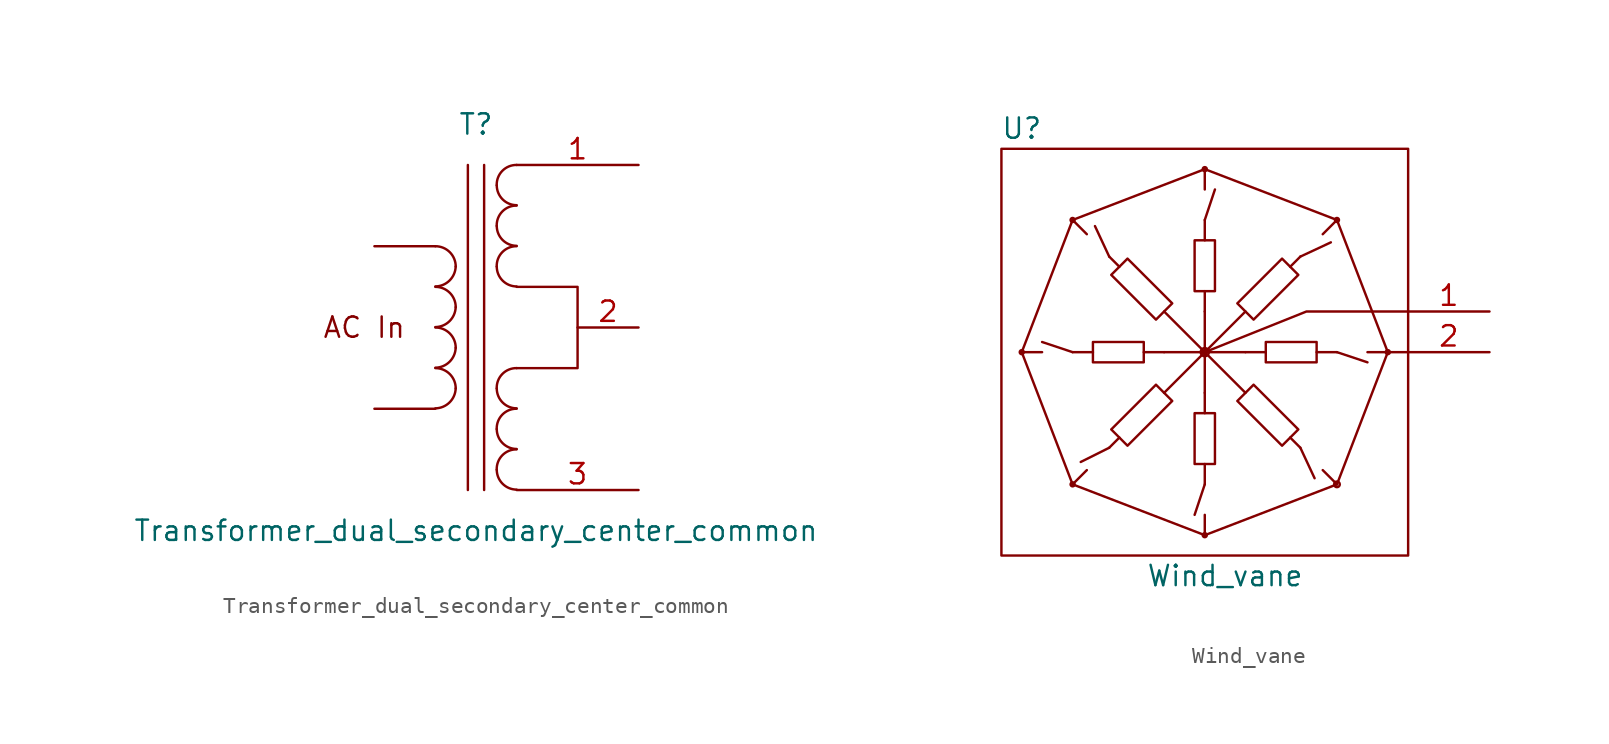
<source format=kicad_sym>
(kicad_symbol_lib
  (version 20211014)
  (generator kicad_symbol_editor)
  (symbol "Transformer_dual_secondary_center_common"
    (pin_names
      (offset 1.016) hide)
    (property "Reference" "T"
      (at 0 12.7 0)
      (effects (font (size 1.27 1.27))))
    (property "Value" "Transformer_dual_secondary_center_common"
      (at 0 -12.7 0)
      (effects (font (size 1.27 1.27))))
    (symbol "Transformer_dual_secondary_center_common_0_0"
      (polyline (pts (xy -6.35 -5.08) (xy -2.54 -5.08)) (stroke (width 0) (type default) (color 0 0 0 0)) (fill (type none)))
      (polyline (pts (xy -2.54 5.08) (xy -6.35 5.08)) (stroke (width 0) (type default) (color 0 0 0 0)) (fill (type none)))
      (polyline (pts (xy 2.54 -2.54) (xy 6.35 -2.54) (xy 6.35 2.54) (xy 2.54 2.54)) (stroke (width 0) (type default) (color 0 0 0 0)) (fill (type none)))
      (text "AC In" (at -6.985 0 0) (effects (font (size 1.27 1.27)))))
    (symbol "Transformer_dual_secondary_center_common_0_1"
      (arc (start -2.54 -5.0546) (mid -1.6561 -4.6863) (end -1.27 -3.81) (stroke (width 0) (type default) (color 0 0 0 0)) (fill (type none)))
      (arc (start -2.54 -2.5146) (mid -1.6561 -2.1463) (end -1.27 -1.27) (stroke (width 0) (type default) (color 0 0 0 0)) (fill (type none)))
      (arc (start -2.54 0.0254) (mid -1.6561 0.3937) (end -1.27 1.27) (stroke (width 0) (type default) (color 0 0 0 0)) (fill (type none)))
      (arc (start -2.54 2.5654) (mid -1.6561 2.9337) (end -1.27 3.81) (stroke (width 0) (type default) (color 0 0 0 0)) (fill (type none)))
      (arc (start -1.27 -3.81) (mid -1.642 -2.912) (end -2.54 -2.54) (stroke (width 0) (type default) (color 0 0 0 0)) (fill (type none)))
      (arc (start -1.27 -1.27) (mid -1.642 -0.372) (end -2.54 0) (stroke (width 0) (type default) (color 0 0 0 0)) (fill (type none)))
      (arc (start -1.27 1.27) (mid -1.642 2.168) (end -2.54 2.54) (stroke (width 0) (type default) (color 0 0 0 0)) (fill (type none)))
      (arc (start -1.27 3.81) (mid -1.642 4.708) (end -2.54 5.08) (stroke (width 0) (type default) (color 0 0 0 0)) (fill (type none)))
      (polyline (pts (xy -0.508 -10.16) (xy -0.508 10.16)) (stroke (width 0) (type default) (color 0 0 0 0)) (fill (type none)))
      (polyline (pts (xy 0.508 10.16) (xy 0.508 -10.16)) (stroke (width 0) (type default) (color 0 0 0 0)) (fill (type none)))
      (arc (start 1.2954 -8.89) (mid 1.6599 -9.7701) (end 2.54 -10.1346) (stroke (width 0) (type default) (color 0 0 0 0)) (fill (type none)))
      (arc (start 1.2954 -6.35) (mid 1.6599 -7.2301) (end 2.54 -7.5946) (stroke (width 0) (type default) (color 0 0 0 0)) (fill (type none)))
      (arc (start 1.2954 -3.81) (mid 1.6599 -4.6901) (end 2.54 -5.0546) (stroke (width 0) (type default) (color 0 0 0 0)) (fill (type none)))
      (arc (start 1.2954 3.81) (mid 1.6599 2.9299) (end 2.54 2.5654) (stroke (width 0) (type default) (color 0 0 0 0)) (fill (type none)))
      (arc (start 1.2954 6.35) (mid 1.6599 5.4699) (end 2.54 5.1054) (stroke (width 0) (type default) (color 0 0 0 0)) (fill (type none)))
      (arc (start 1.2954 8.89) (mid 1.6599 8.0099) (end 2.54 7.6454) (stroke (width 0) (type default) (color 0 0 0 0)) (fill (type none)))
      (arc (start 2.54 -7.62) (mid 1.6456 -7.9883) (end 1.2954 -8.89) (stroke (width 0) (type default) (color 0 0 0 0)) (fill (type none)))
      (arc (start 2.54 -5.08) (mid 1.6456 -5.4483) (end 1.2954 -6.35) (stroke (width 0) (type default) (color 0 0 0 0)) (fill (type none)))
      (arc (start 2.54 -2.54) (mid 1.6456 -2.9083) (end 1.2954 -3.81) (stroke (width 0) (type default) (color 0 0 0 0)) (fill (type none)))
      (arc (start 2.54 5.08) (mid 1.6456 4.7117) (end 1.2954 3.81) (stroke (width 0) (type default) (color 0 0 0 0)) (fill (type none)))
      (arc (start 2.54 7.62) (mid 1.6456 7.2517) (end 1.2954 6.35) (stroke (width 0) (type default) (color 0 0 0 0)) (fill (type none)))
      (arc (start 2.54 10.16) (mid 1.6456 9.7917) (end 1.2954 8.89) (stroke (width 0) (type default) (color 0 0 0 0)) (fill (type none))))
    (symbol "Transformer_dual_secondary_center_common_1_1"
      (pin passive line (at 10.16 10.16 180) (length 7.62) (name "SA" (effects (font (size 1.27 1.27)))) (number "1" (effects (font (size 1.27 1.27)))))
      (pin passive line (at 10.16 0 180) (length 3.81) (name "Center" (effects (font (size 1.27 1.27)))) (number "2" (effects (font (size 1.27 1.27)))))
      (pin passive line (at 10.16 -10.16 180) (length 7.62) (name "SD" (effects (font (size 1.27 1.27)))) (number "3" (effects (font (size 1.27 1.27)))))))
  (symbol "Wind_vane"
    (pin_names
      (offset 1.016) hide)
    (property "Reference" "U"
      (at -11.43 13.97 0)
      (effects (font (size 1.27 1.27))))
    (property "Value" "Wind_vane"
      (at 1.27 -13.97 0)
      (effects (font (size 1.27 1.27))))
    (symbol "Wind_vane_0_1"
      (rectangle (start -12.7 12.7) (end 12.7 -12.7) (stroke (width 0) (type default) (color 0 0 0 0)) (fill (type none)))
      (circle (center -11.43 0) (radius 0.127) (stroke (width 0) (type default) (color 0 0 0 0)) (fill (type none)))
      (circle (center -8.255 -8.255) (radius 0.127) (stroke (width 0) (type default) (color 0 0 0 0)) (fill (type none)))
      (circle (center -8.255 8.255) (radius 0.127) (stroke (width 0) (type default) (color 0 0 0 0)) (fill (type none)))
      (circle (center 0 -11.43) (radius 0.127) (stroke (width 0) (type default) (color 0 0 0 0)) (fill (type none)))
      (polyline (pts (xy -11.43 0) (xy -8.255 8.255)) (stroke (width 0) (type default) (color 0 0 0 0)) (fill (type none)))
      (polyline (pts (xy -10.16 0) (xy -11.43 0)) (stroke (width 0) (type default) (color 0 0 0 0)) (fill (type none)))
      (polyline (pts (xy -8.255 -8.255) (xy -11.43 0)) (stroke (width 0) (type default) (color 0 0 0 0)) (fill (type none)))
      (polyline (pts (xy -8.255 -8.255) (xy -7.366 -7.366)) (stroke (width 0) (type default) (color 0 0 0 0)) (fill (type none)))
      (polyline (pts (xy -8.255 0) (xy -10.16 0.635)) (stroke (width 0) (type default) (color 0 0 0 0)) (fill (type none)))
      (polyline (pts (xy -8.255 8.255) (xy -7.366 7.366)) (stroke (width 0) (type default) (color 0 0 0 0)) (fill (type none)))
      (polyline (pts (xy -8.255 8.255) (xy 0 11.43)) (stroke (width 0) (type default) (color 0 0 0 0)) (fill (type none)))
      (polyline (pts (xy -6.985 0) (xy -8.255 0)) (stroke (width 0) (type default) (color 0 0 0 0)) (fill (type none)))
      (polyline (pts (xy -5.969 -5.969) (xy -7.747 -6.858)) (stroke (width 0) (type default) (color 0 0 0 0)) (fill (type none)))
      (polyline (pts (xy -5.969 -5.969) (xy -5.334 -5.334)) (stroke (width 0) (type default) (color 0 0 0 0)) (fill (type none)))
      (polyline (pts (xy -5.969 5.969) (xy -6.858 7.874)) (stroke (width 0) (type default) (color 0 0 0 0)) (fill (type none)))
      (polyline (pts (xy -5.969 5.969) (xy -5.334 5.334)) (stroke (width 0) (type default) (color 0 0 0 0)) (fill (type none)))
      (polyline (pts (xy -2.54 0) (xy -3.81 0)) (stroke (width 0) (type default) (color 0 0 0 0)) (fill (type none)))
      (polyline (pts (xy 0 -11.43) (xy -8.255 -8.255)) (stroke (width 0) (type default) (color 0 0 0 0)) (fill (type none)))
      (polyline (pts (xy 0 -10.16) (xy 0 -11.43)) (stroke (width 0) (type default) (color 0 0 0 0)) (fill (type none)))
      (polyline (pts (xy 0 -8.255) (xy -0.635 -10.16)) (stroke (width 0) (type default) (color 0 0 0 0)) (fill (type none)))
      (polyline (pts (xy 0 -6.985) (xy 0 -8.255)) (stroke (width 0) (type default) (color 0 0 0 0)) (fill (type none)))
      (polyline (pts (xy 0 -2.54) (xy 0 -3.81)) (stroke (width 0) (type default) (color 0 0 0 0)) (fill (type none)))
      (polyline (pts (xy 0 0) (xy -2.54 -2.54)) (stroke (width 0) (type default) (color 0 0 0 0)) (fill (type none)))
      (polyline (pts (xy 0 0) (xy -2.54 0)) (stroke (width 0) (type default) (color 0 0 0 0)) (fill (type none)))
      (polyline (pts (xy 0 0) (xy -2.54 2.54)) (stroke (width 0) (type default) (color 0 0 0 0)) (fill (type none)))
      (polyline (pts (xy 0 0) (xy 0 -2.54)) (stroke (width 0) (type default) (color 0 0 0 0)) (fill (type none)))
      (polyline (pts (xy 0 0) (xy 0 2.54)) (stroke (width 0) (type default) (color 0 0 0 0)) (fill (type none)))
      (polyline (pts (xy 0 0) (xy 2.54 -2.54)) (stroke (width 0) (type default) (color 0 0 0 0)) (fill (type none)))
      (polyline (pts (xy 0 0) (xy 2.54 0)) (stroke (width 0) (type default) (color 0 0 0 0)) (fill (type none)))
      (polyline (pts (xy 0 0) (xy 2.54 2.54)) (stroke (width 0) (type default) (color 0 0 0 0)) (fill (type none)))
      (polyline (pts (xy 0 2.54) (xy 0 3.81)) (stroke (width 0) (type default) (color 0 0 0 0)) (fill (type none)))
      (polyline (pts (xy 0 6.985) (xy 0 8.255)) (stroke (width 0) (type default) (color 0 0 0 0)) (fill (type none)))
      (polyline (pts (xy 0 8.255) (xy 0.635 10.16)) (stroke (width 0) (type default) (color 0 0 0 0)) (fill (type none)))
      (polyline (pts (xy 0 10.16) (xy 0 11.43)) (stroke (width 0) (type default) (color 0 0 0 0)) (fill (type none)))
      (polyline (pts (xy 0 11.43) (xy 8.255 8.255)) (stroke (width 0) (type default) (color 0 0 0 0)) (fill (type none)))
      (polyline (pts (xy 2.54 0) (xy 3.81 0)) (stroke (width 0) (type default) (color 0 0 0 0)) (fill (type none)))
      (polyline (pts (xy 5.969 -5.969) (xy 5.334 -5.334)) (stroke (width 0) (type default) (color 0 0 0 0)) (fill (type none)))
      (polyline (pts (xy 5.969 -5.969) (xy 6.858 -7.874)) (stroke (width 0) (type default) (color 0 0 0 0)) (fill (type none)))
      (polyline (pts (xy 5.969 5.969) (xy 5.334 5.334)) (stroke (width 0) (type default) (color 0 0 0 0)) (fill (type none)))
      (polyline (pts (xy 5.969 5.969) (xy 7.874 6.858)) (stroke (width 0) (type default) (color 0 0 0 0)) (fill (type none)))
      (polyline (pts (xy 6.985 0) (xy 8.255 0)) (stroke (width 0) (type default) (color 0 0 0 0)) (fill (type none)))
      (polyline (pts (xy 8.255 -8.255) (xy 0 -11.43)) (stroke (width 0) (type default) (color 0 0 0 0)) (fill (type none)))
      (polyline (pts (xy 8.255 -8.255) (xy 7.366 -7.366)) (stroke (width 0) (type default) (color 0 0 0 0)) (fill (type none)))
      (polyline (pts (xy 8.255 0) (xy 10.16 -0.635)) (stroke (width 0) (type default) (color 0 0 0 0)) (fill (type none)))
      (polyline (pts (xy 8.255 8.255) (xy 7.366 7.366)) (stroke (width 0) (type default) (color 0 0 0 0)) (fill (type none)))
      (polyline (pts (xy 8.255 8.255) (xy 11.43 0)) (stroke (width 0) (type default) (color 0 0 0 0)) (fill (type none)))
      (polyline (pts (xy 10.16 0) (xy 11.43 0)) (stroke (width 0) (type default) (color 0 0 0 0)) (fill (type none)))
      (polyline (pts (xy 11.43 0) (xy 8.255 -8.255)) (stroke (width 0) (type default) (color 0 0 0 0)) (fill (type none)))
      (polyline (pts (xy 11.43 0) (xy 12.7 0)) (stroke (width 0) (type default) (color 0 0 0 0)) (fill (type none)))
      (polyline (pts (xy 0 0) (xy 6.35 2.54) (xy 12.7 2.54)) (stroke (width 0) (type default) (color 0 0 0 0)) (fill (type none)))
      (polyline (pts (xy -3.81 0.635) (xy -3.81 -0.635) (xy -6.985 -0.635) (xy -6.985 0.635) (xy -3.81 0.635)) (stroke (width 0) (type default) (color 0 0 0 0)) (fill (type none)))
      (polyline (pts (xy -0.635 -3.81) (xy 0.635 -3.81) (xy 0.635 -6.985) (xy -0.635 -6.985) (xy -0.635 -3.81)) (stroke (width 0) (type default) (color 0 0 0 0)) (fill (type none)))
      (polyline (pts (xy -0.635 3.81) (xy 0.635 3.81) (xy 0.635 6.985) (xy -0.635 6.985) (xy -0.635 3.81)) (stroke (width 0) (type default) (color 0 0 0 0)) (fill (type none)))
      (polyline (pts (xy 3.81 0.635) (xy 3.81 -0.635) (xy 6.985 -0.635) (xy 6.985 0.635) (xy 3.81 0.635)) (stroke (width 0) (type default) (color 0 0 0 0)) (fill (type none)))
      (polyline (pts (xy -2.54 -2.54) (xy -3.048 -2.032) (xy -5.842 -4.826) (xy -4.826 -5.842) (xy -2.032 -3.048) (xy -2.54 -2.54)) (stroke (width 0) (type default) (color 0 0 0 0)) (fill (type none)))
      (polyline (pts (xy -2.54 2.54) (xy -2.032 3.048) (xy -4.826 5.842) (xy -5.842 4.826) (xy -3.048 2.032) (xy -2.54 2.54)) (stroke (width 0) (type default) (color 0 0 0 0)) (fill (type none)))
      (polyline (pts (xy 5.334 -5.334) (xy 5.842 -4.826) (xy 3.048 -2.032) (xy 2.032 -3.048) (xy 4.826 -5.842) (xy 5.334 -5.334)) (stroke (width 0) (type default) (color 0 0 0 0)) (fill (type none)))
      (polyline (pts (xy 5.334 5.334) (xy 4.826 5.842) (xy 2.032 3.048) (xy 3.048 2.032) (xy 5.842 4.826) (xy 5.334 5.334)) (stroke (width 0) (type default) (color 0 0 0 0)) (fill (type none)))
      (circle (center 0 0) (radius 0.254) (stroke (width 0) (type default) (color 0 0 0 0)) (fill (type none)))
      (circle (center 0 11.43) (radius 0.127) (stroke (width 0) (type default) (color 0 0 0 0)) (fill (type none)))
      (circle (center 8.255 -8.255) (radius 0.178) (stroke (width 0) (type default) (color 0 0 0 0)) (fill (type none)))
      (circle (center 8.255 8.255) (radius 0.127) (stroke (width 0) (type default) (color 0 0 0 0)) (fill (type none)))
      (circle (center 11.43 0) (radius 0.127) (stroke (width 0) (type default) (color 0 0 0 0)) (fill (type none))))
    (symbol "Wind_vane_1_1"
      (pin passive line (at 17.78 2.54 180) (length 5.08) (name "GND" (effects (font (size 1.27 1.27)))) (number "1" (effects (font (size 1.27 1.27)))))
      (pin output line (at 17.78 0 180) (length 5.08) (name "Signal" (effects (font (size 1.27 1.27)))) (number "2" (effects (font (size 1.27 1.27))))))))
</source>
